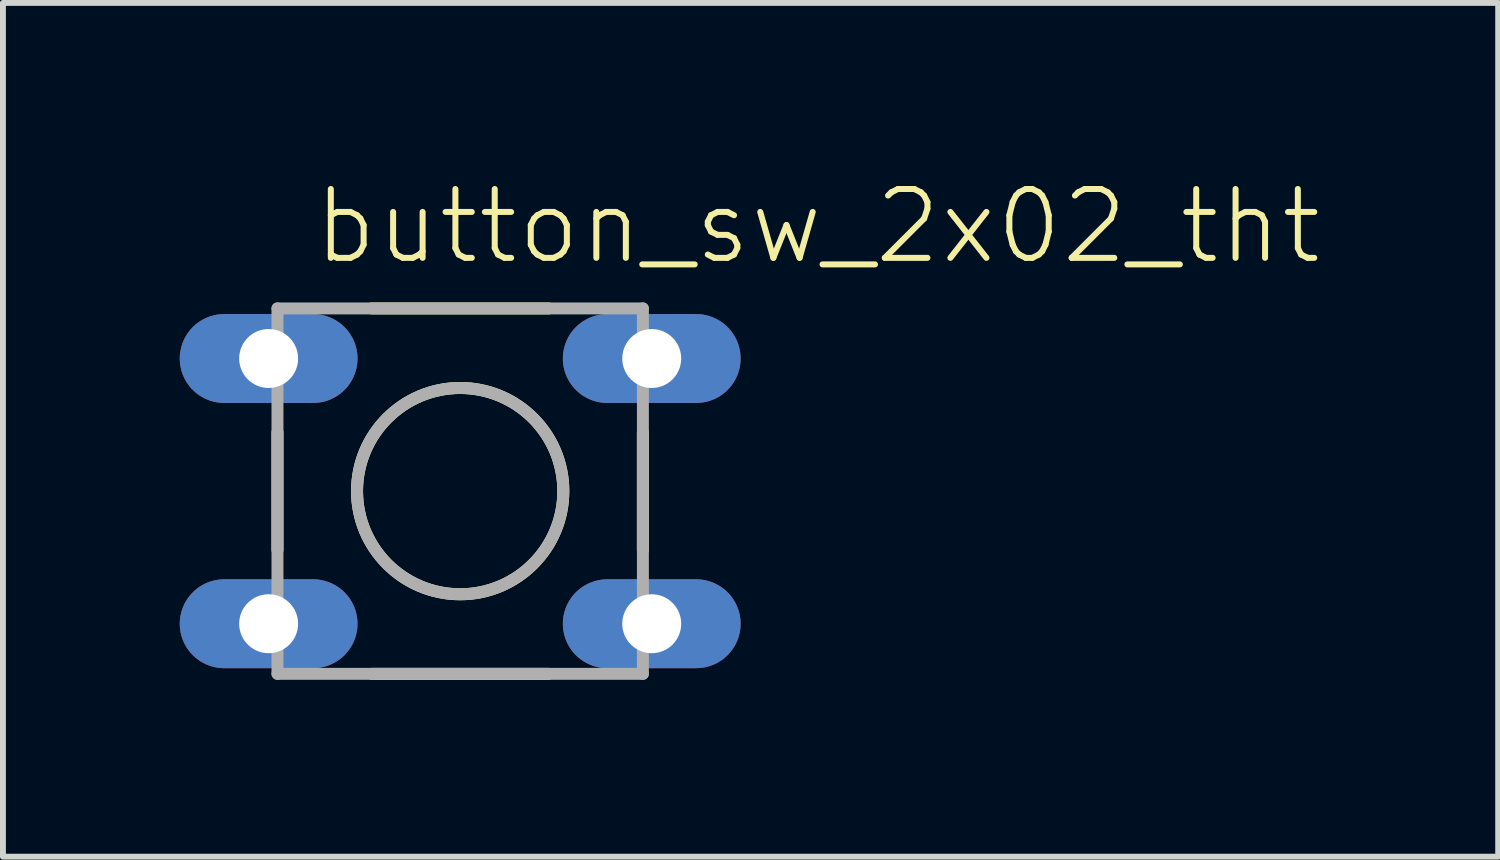
<source format=kicad_pcb>
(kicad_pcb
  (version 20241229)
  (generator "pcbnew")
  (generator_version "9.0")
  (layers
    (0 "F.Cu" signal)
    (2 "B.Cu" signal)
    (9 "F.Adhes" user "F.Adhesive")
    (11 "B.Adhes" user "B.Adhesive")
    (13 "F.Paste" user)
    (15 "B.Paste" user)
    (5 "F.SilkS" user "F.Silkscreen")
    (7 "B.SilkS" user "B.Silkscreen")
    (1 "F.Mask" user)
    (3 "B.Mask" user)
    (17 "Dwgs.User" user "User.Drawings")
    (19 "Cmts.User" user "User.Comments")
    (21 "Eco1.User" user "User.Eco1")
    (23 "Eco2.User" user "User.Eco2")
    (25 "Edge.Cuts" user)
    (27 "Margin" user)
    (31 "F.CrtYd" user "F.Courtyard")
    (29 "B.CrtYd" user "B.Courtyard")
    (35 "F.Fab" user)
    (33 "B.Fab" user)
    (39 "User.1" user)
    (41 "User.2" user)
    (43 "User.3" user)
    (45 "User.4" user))
  (footprint "button_sw_2x02_tht"
    (layer "F.Cu")
    (at 4.758 5.283)
    (property "Reference" "button_sw_2x02_tht" (at -2.54 -3.81 0) (layer "F.SilkS") (effects (font (size 1.168 1.168) (thickness 0.102)) (justify left bottom)))
    (fp_line (start -3.1 1) (end -3.1 -1) (stroke (width 0.203) (type solid)) (layer "F.SilkS"))
    (fp_line (start 1.5 -3.1) (end -1.5 -3.1) (stroke (width 0.203) (type solid)) (layer "F.SilkS"))
    (fp_line (start 1.5 3.1) (end -1.5 3.1) (stroke (width 0.203) (type solid)) (layer "F.SilkS"))
    (fp_line (start 3.1 1) (end 3.1 -1) (stroke (width 0.203) (type solid)) (layer "F.SilkS"))
    (fp_circle (center 0 0) (end 1.75 0) (stroke (width 0.203) (type solid)) (fill no) (layer "F.SilkS"))
    (fp_line (start -3.1 -3.1) (end 3.1 -3.1) (stroke (width 0.203) (type solid)) (layer "F.Fab"))
    (fp_line (start -3.1 3.1) (end -3.1 -3.1) (stroke (width 0.203) (type solid)) (layer "F.Fab"))
    (fp_line (start 3.1 -3.1) (end 3.1 3.1) (stroke (width 0.203) (type solid)) (layer "F.Fab"))
    (fp_line (start 3.1 3.1) (end -3.1 3.1) (stroke (width 0.203) (type solid)) (layer "F.Fab"))
    (fp_circle (center 0 0) (end 1.75 0) (stroke (width 0.203) (type solid)) (fill no) (layer "F.Fab"))
    (pad "1" thru_hole oval (at -3.25 -2.25) (size 3.016 1.508) (drill 1) (layers "*.Cu" "*.Mask"))
    (pad "2" thru_hole oval (at 3.25 -2.25) (size 3.016 1.508) (drill 1) (layers "*.Cu" "*.Mask"))
    (pad "3" thru_hole oval (at -3.25 2.25) (size 3.016 1.508) (drill 1) (layers "*.Cu" "*.Mask"))
    (pad "4" thru_hole oval (at 3.25 2.25) (size 3.016 1.508) (drill 1) (layers "*.Cu" "*.Mask")))
  (gr_rect
    (start -3 -3)
    (end 22.37 11.485)
    (stroke (width 0.1) (type default))
    (fill no)
    (layer "Edge.Cuts")))
</source>
